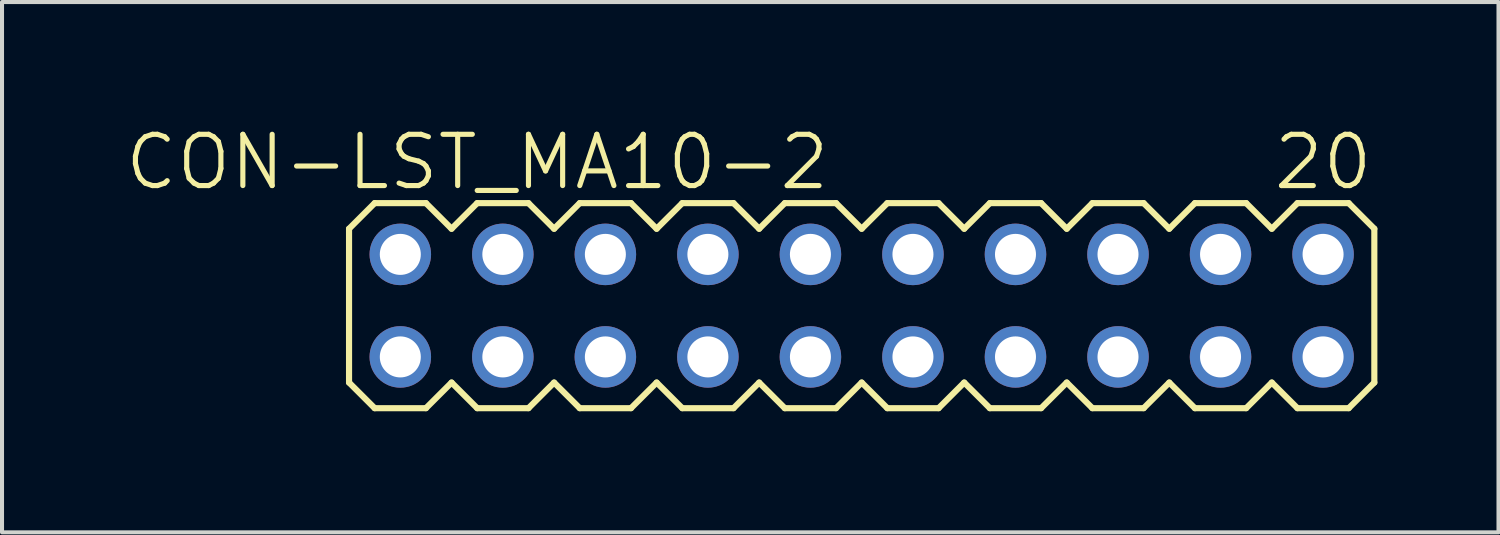
<source format=kicad_pcb>
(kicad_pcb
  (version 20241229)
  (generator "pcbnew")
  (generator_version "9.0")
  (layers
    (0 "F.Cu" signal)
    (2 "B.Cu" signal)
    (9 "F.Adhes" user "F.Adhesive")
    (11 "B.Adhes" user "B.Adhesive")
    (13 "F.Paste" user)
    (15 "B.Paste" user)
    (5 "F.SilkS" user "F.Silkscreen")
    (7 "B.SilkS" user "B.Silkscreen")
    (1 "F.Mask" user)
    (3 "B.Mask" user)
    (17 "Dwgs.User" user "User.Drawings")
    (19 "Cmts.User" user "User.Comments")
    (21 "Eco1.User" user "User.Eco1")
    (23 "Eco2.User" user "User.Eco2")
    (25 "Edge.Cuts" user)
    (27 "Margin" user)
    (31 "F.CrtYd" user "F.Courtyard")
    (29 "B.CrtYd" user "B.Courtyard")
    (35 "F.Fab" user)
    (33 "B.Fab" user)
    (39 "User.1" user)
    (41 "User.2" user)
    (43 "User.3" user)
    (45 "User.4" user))
  (footprint "CON-LST_MA10-2"
    (layer "F.Cu")
    (at 18.297 4.522)
    (property "Reference" "CON-LST_MA10-2" (at -9.525 -3.556 0) (layer "F.SilkS") (effects (font (size 1.27 1.27) (thickness 0.127))))
    (attr exclude_from_pos_files exclude_from_bom)
    (fp_line (start -12.7 -1.905) (end -12.7 1.905) (stroke (width 0.152) (type solid)) (layer "F.SilkS"))
    (fp_line (start -12.7 1.905) (end -12.065 2.54) (stroke (width 0.152) (type solid)) (layer "F.SilkS"))
    (fp_line (start -12.065 -2.54) (end -12.7 -1.905) (stroke (width 0.152) (type solid)) (layer "F.SilkS"))
    (fp_line (start -12.065 -2.54) (end -10.795 -2.54) (stroke (width 0.152) (type solid)) (layer "F.SilkS"))
    (fp_line (start -10.795 -2.54) (end -10.16 -1.905) (stroke (width 0.152) (type solid)) (layer "F.SilkS"))
    (fp_line (start -10.795 2.54) (end -12.065 2.54) (stroke (width 0.152) (type solid)) (layer "F.SilkS"))
    (fp_line (start -10.16 -1.905) (end -9.525 -2.54) (stroke (width 0.152) (type solid)) (layer "F.SilkS"))
    (fp_line (start -10.16 1.905) (end -10.795 2.54) (stroke (width 0.152) (type solid)) (layer "F.SilkS"))
    (fp_line (start -9.525 -2.54) (end -8.255 -2.54) (stroke (width 0.152) (type solid)) (layer "F.SilkS"))
    (fp_line (start -9.525 2.54) (end -10.16 1.905) (stroke (width 0.152) (type solid)) (layer "F.SilkS"))
    (fp_line (start -8.255 -2.54) (end -7.62 -1.905) (stroke (width 0.152) (type solid)) (layer "F.SilkS"))
    (fp_line (start -8.255 2.54) (end -9.525 2.54) (stroke (width 0.152) (type solid)) (layer "F.SilkS"))
    (fp_line (start -7.62 -1.905) (end -6.985 -2.54) (stroke (width 0.152) (type solid)) (layer "F.SilkS"))
    (fp_line (start -7.62 1.905) (end -8.255 2.54) (stroke (width 0.152) (type solid)) (layer "F.SilkS"))
    (fp_line (start -6.985 -2.54) (end -5.715 -2.54) (stroke (width 0.152) (type solid)) (layer "F.SilkS"))
    (fp_line (start -6.985 2.54) (end -7.62 1.905) (stroke (width 0.152) (type solid)) (layer "F.SilkS"))
    (fp_line (start -5.715 -2.54) (end -5.08 -1.905) (stroke (width 0.152) (type solid)) (layer "F.SilkS"))
    (fp_line (start -5.715 2.54) (end -6.985 2.54) (stroke (width 0.152) (type solid)) (layer "F.SilkS"))
    (fp_line (start -5.08 1.905) (end -5.715 2.54) (stroke (width 0.152) (type solid)) (layer "F.SilkS"))
    (fp_line (start -5.08 1.905) (end -4.445 2.54) (stroke (width 0.152) (type solid)) (layer "F.SilkS"))
    (fp_line (start -4.445 -2.54) (end -5.08 -1.905) (stroke (width 0.152) (type solid)) (layer "F.SilkS"))
    (fp_line (start -4.445 -2.54) (end -3.175 -2.54) (stroke (width 0.152) (type solid)) (layer "F.SilkS"))
    (fp_line (start -3.175 -2.54) (end -2.54 -1.905) (stroke (width 0.152) (type solid)) (layer "F.SilkS"))
    (fp_line (start -3.175 2.54) (end -4.445 2.54) (stroke (width 0.152) (type solid)) (layer "F.SilkS"))
    (fp_line (start -2.54 -1.905) (end -1.905 -2.54) (stroke (width 0.152) (type solid)) (layer "F.SilkS"))
    (fp_line (start -2.54 1.905) (end -3.175 2.54) (stroke (width 0.152) (type solid)) (layer "F.SilkS"))
    (fp_line (start -1.905 -2.54) (end -0.635 -2.54) (stroke (width 0.152) (type solid)) (layer "F.SilkS"))
    (fp_line (start -1.905 2.54) (end -2.54 1.905) (stroke (width 0.152) (type solid)) (layer "F.SilkS"))
    (fp_line (start -0.635 -2.54) (end 0 -1.905) (stroke (width 0.152) (type solid)) (layer "F.SilkS"))
    (fp_line (start -0.635 2.54) (end -1.905 2.54) (stroke (width 0.152) (type solid)) (layer "F.SilkS"))
    (fp_line (start 0 -1.905) (end 0.635 -2.54) (stroke (width 0.152) (type solid)) (layer "F.SilkS"))
    (fp_line (start 0 1.905) (end -0.635 2.54) (stroke (width 0.152) (type solid)) (layer "F.SilkS"))
    (fp_line (start 0.635 -2.54) (end 1.905 -2.54) (stroke (width 0.152) (type solid)) (layer "F.SilkS"))
    (fp_line (start 0.635 2.54) (end 0 1.905) (stroke (width 0.152) (type solid)) (layer "F.SilkS"))
    (fp_line (start 1.905 -2.54) (end 2.54 -1.905) (stroke (width 0.152) (type solid)) (layer "F.SilkS"))
    (fp_line (start 1.905 2.54) (end 0.635 2.54) (stroke (width 0.152) (type solid)) (layer "F.SilkS"))
    (fp_line (start 2.54 1.905) (end 1.905 2.54) (stroke (width 0.152) (type solid)) (layer "F.SilkS"))
    (fp_line (start 2.54 1.905) (end 3.175 2.54) (stroke (width 0.152) (type solid)) (layer "F.SilkS"))
    (fp_line (start 3.175 -2.54) (end 2.54 -1.905) (stroke (width 0.152) (type solid)) (layer "F.SilkS"))
    (fp_line (start 3.175 -2.54) (end 4.445 -2.54) (stroke (width 0.152) (type solid)) (layer "F.SilkS"))
    (fp_line (start 4.445 -2.54) (end 5.08 -1.905) (stroke (width 0.152) (type solid)) (layer "F.SilkS"))
    (fp_line (start 4.445 2.54) (end 3.175 2.54) (stroke (width 0.152) (type solid)) (layer "F.SilkS"))
    (fp_line (start 5.08 -1.905) (end 5.715 -2.54) (stroke (width 0.152) (type solid)) (layer "F.SilkS"))
    (fp_line (start 5.08 1.905) (end 4.445 2.54) (stroke (width 0.152) (type solid)) (layer "F.SilkS"))
    (fp_line (start 5.715 -2.54) (end 6.985 -2.54) (stroke (width 0.152) (type solid)) (layer "F.SilkS"))
    (fp_line (start 5.715 2.54) (end 5.08 1.905) (stroke (width 0.152) (type solid)) (layer "F.SilkS"))
    (fp_line (start 5.715 2.54) (end 6.985 2.54) (stroke (width 0.152) (type solid)) (layer "F.SilkS"))
    (fp_line (start 7.62 -1.905) (end 6.985 -2.54) (stroke (width 0.152) (type solid)) (layer "F.SilkS"))
    (fp_line (start 7.62 -1.905) (end 8.255 -2.54) (stroke (width 0.152) (type solid)) (layer "F.SilkS"))
    (fp_line (start 7.62 1.905) (end 6.985 2.54) (stroke (width 0.152) (type solid)) (layer "F.SilkS"))
    (fp_line (start 7.62 1.905) (end 8.255 2.54) (stroke (width 0.152) (type solid)) (layer "F.SilkS"))
    (fp_line (start 8.255 -2.54) (end 9.525 -2.54) (stroke (width 0.152) (type solid)) (layer "F.SilkS"))
    (fp_line (start 8.255 2.54) (end 9.525 2.54) (stroke (width 0.152) (type solid)) (layer "F.SilkS"))
    (fp_line (start 10.16 -1.905) (end 9.525 -2.54) (stroke (width 0.152) (type solid)) (layer "F.SilkS"))
    (fp_line (start 10.16 -1.905) (end 10.795 -2.54) (stroke (width 0.152) (type solid)) (layer "F.SilkS"))
    (fp_line (start 10.16 1.905) (end 9.525 2.54) (stroke (width 0.152) (type solid)) (layer "F.SilkS"))
    (fp_line (start 10.16 1.905) (end 10.795 2.54) (stroke (width 0.152) (type solid)) (layer "F.SilkS"))
    (fp_line (start 10.795 -2.54) (end 12.065 -2.54) (stroke (width 0.152) (type solid)) (layer "F.SilkS"))
    (fp_line (start 10.795 2.54) (end 12.065 2.54) (stroke (width 0.152) (type solid)) (layer "F.SilkS"))
    (fp_line (start 12.065 -2.54) (end 12.7 -1.905) (stroke (width 0.152) (type solid)) (layer "F.SilkS"))
    (fp_line (start 12.7 -1.905) (end 12.7 1.905) (stroke (width 0.152) (type solid)) (layer "F.SilkS"))
    (fp_line (start 12.7 1.905) (end 12.065 2.54) (stroke (width 0.152) (type solid)) (layer "F.SilkS"))
    (fp_line (start -11.684 -1.524) (end -11.176 -1.524) (stroke (width 0.066) (type solid)) (layer "Dwgs.User"))
    (fp_line (start -11.684 -1.016) (end -11.684 -1.524) (stroke (width 0.066) (type solid)) (layer "Dwgs.User"))
    (fp_line (start -11.684 -1.016) (end -11.176 -1.016) (stroke (width 0.066) (type solid)) (layer "Dwgs.User"))
    (fp_line (start -11.684 1.016) (end -11.176 1.016) (stroke (width 0.066) (type solid)) (layer "Dwgs.User"))
    (fp_line (start -11.684 1.524) (end -11.684 1.016) (stroke (width 0.066) (type solid)) (layer "Dwgs.User"))
    (fp_line (start -11.684 1.524) (end -11.176 1.524) (stroke (width 0.066) (type solid)) (layer "Dwgs.User"))
    (fp_line (start -11.176 -1.016) (end -11.176 -1.524) (stroke (width 0.066) (type solid)) (layer "Dwgs.User"))
    (fp_line (start -11.176 1.524) (end -11.176 1.016) (stroke (width 0.066) (type solid)) (layer "Dwgs.User"))
    (fp_line (start -9.144 -1.524) (end -8.636 -1.524) (stroke (width 0.066) (type solid)) (layer "Dwgs.User"))
    (fp_line (start -9.144 -1.016) (end -9.144 -1.524) (stroke (width 0.066) (type solid)) (layer "Dwgs.User"))
    (fp_line (start -9.144 -1.016) (end -8.636 -1.016) (stroke (width 0.066) (type solid)) (layer "Dwgs.User"))
    (fp_line (start -9.144 1.016) (end -8.636 1.016) (stroke (width 0.066) (type solid)) (layer "Dwgs.User"))
    (fp_line (start -9.144 1.524) (end -9.144 1.016) (stroke (width 0.066) (type solid)) (layer "Dwgs.User"))
    (fp_line (start -9.144 1.524) (end -8.636 1.524) (stroke (width 0.066) (type solid)) (layer "Dwgs.User"))
    (fp_line (start -8.636 -1.016) (end -8.636 -1.524) (stroke (width 0.066) (type solid)) (layer "Dwgs.User"))
    (fp_line (start -8.636 1.524) (end -8.636 1.016) (stroke (width 0.066) (type solid)) (layer "Dwgs.User"))
    (fp_line (start -6.604 -1.524) (end -6.096 -1.524) (stroke (width 0.066) (type solid)) (layer "Dwgs.User"))
    (fp_line (start -6.604 -1.016) (end -6.604 -1.524) (stroke (width 0.066) (type solid)) (layer "Dwgs.User"))
    (fp_line (start -6.604 -1.016) (end -6.096 -1.016) (stroke (width 0.066) (type solid)) (layer "Dwgs.User"))
    (fp_line (start -6.604 1.016) (end -6.096 1.016) (stroke (width 0.066) (type solid)) (layer "Dwgs.User"))
    (fp_line (start -6.604 1.524) (end -6.604 1.016) (stroke (width 0.066) (type solid)) (layer "Dwgs.User"))
    (fp_line (start -6.604 1.524) (end -6.096 1.524) (stroke (width 0.066) (type solid)) (layer "Dwgs.User"))
    (fp_line (start -6.096 -1.016) (end -6.096 -1.524) (stroke (width 0.066) (type solid)) (layer "Dwgs.User"))
    (fp_line (start -6.096 1.524) (end -6.096 1.016) (stroke (width 0.066) (type solid)) (layer "Dwgs.User"))
    (fp_line (start -4.064 -1.524) (end -3.556 -1.524) (stroke (width 0.066) (type solid)) (layer "Dwgs.User"))
    (fp_line (start -4.064 -1.016) (end -4.064 -1.524) (stroke (width 0.066) (type solid)) (layer "Dwgs.User"))
    (fp_line (start -4.064 -1.016) (end -3.556 -1.016) (stroke (width 0.066) (type solid)) (layer "Dwgs.User"))
    (fp_line (start -4.064 1.016) (end -3.556 1.016) (stroke (width 0.066) (type solid)) (layer "Dwgs.User"))
    (fp_line (start -4.064 1.524) (end -4.064 1.016) (stroke (width 0.066) (type solid)) (layer "Dwgs.User"))
    (fp_line (start -4.064 1.524) (end -3.556 1.524) (stroke (width 0.066) (type solid)) (layer "Dwgs.User"))
    (fp_line (start -3.556 -1.016) (end -3.556 -1.524) (stroke (width 0.066) (type solid)) (layer "Dwgs.User"))
    (fp_line (start -3.556 1.524) (end -3.556 1.016) (stroke (width 0.066) (type solid)) (layer "Dwgs.User"))
    (fp_line (start -1.524 -1.524) (end -1.016 -1.524) (stroke (width 0.066) (type solid)) (layer "Dwgs.User"))
    (fp_line (start -1.524 -1.016) (end -1.524 -1.524) (stroke (width 0.066) (type solid)) (layer "Dwgs.User"))
    (fp_line (start -1.524 -1.016) (end -1.016 -1.016) (stroke (width 0.066) (type solid)) (layer "Dwgs.User"))
    (fp_line (start -1.524 1.016) (end -1.016 1.016) (stroke (width 0.066) (type solid)) (layer "Dwgs.User"))
    (fp_line (start -1.524 1.524) (end -1.524 1.016) (stroke (width 0.066) (type solid)) (layer "Dwgs.User"))
    (fp_line (start -1.524 1.524) (end -1.016 1.524) (stroke (width 0.066) (type solid)) (layer "Dwgs.User"))
    (fp_line (start -1.016 -1.016) (end -1.016 -1.524) (stroke (width 0.066) (type solid)) (layer "Dwgs.User"))
    (fp_line (start -1.016 1.524) (end -1.016 1.016) (stroke (width 0.066) (type solid)) (layer "Dwgs.User"))
    (fp_line (start 1.016 -1.524) (end 1.524 -1.524) (stroke (width 0.066) (type solid)) (layer "Dwgs.User"))
    (fp_line (start 1.016 -1.016) (end 1.016 -1.524) (stroke (width 0.066) (type solid)) (layer "Dwgs.User"))
    (fp_line (start 1.016 -1.016) (end 1.524 -1.016) (stroke (width 0.066) (type solid)) (layer "Dwgs.User"))
    (fp_line (start 1.016 1.016) (end 1.524 1.016) (stroke (width 0.066) (type solid)) (layer "Dwgs.User"))
    (fp_line (start 1.016 1.524) (end 1.016 1.016) (stroke (width 0.066) (type solid)) (layer "Dwgs.User"))
    (fp_line (start 1.016 1.524) (end 1.524 1.524) (stroke (width 0.066) (type solid)) (layer "Dwgs.User"))
    (fp_line (start 1.524 -1.016) (end 1.524 -1.524) (stroke (width 0.066) (type solid)) (layer "Dwgs.User"))
    (fp_line (start 1.524 1.524) (end 1.524 1.016) (stroke (width 0.066) (type solid)) (layer "Dwgs.User"))
    (fp_line (start 3.556 -1.524) (end 4.064 -1.524) (stroke (width 0.066) (type solid)) (layer "Dwgs.User"))
    (fp_line (start 3.556 -1.016) (end 3.556 -1.524) (stroke (width 0.066) (type solid)) (layer "Dwgs.User"))
    (fp_line (start 3.556 -1.016) (end 4.064 -1.016) (stroke (width 0.066) (type solid)) (layer "Dwgs.User"))
    (fp_line (start 3.556 1.016) (end 4.064 1.016) (stroke (width 0.066) (type solid)) (layer "Dwgs.User"))
    (fp_line (start 3.556 1.524) (end 3.556 1.016) (stroke (width 0.066) (type solid)) (layer "Dwgs.User"))
    (fp_line (start 3.556 1.524) (end 4.064 1.524) (stroke (width 0.066) (type solid)) (layer "Dwgs.User"))
    (fp_line (start 4.064 -1.016) (end 4.064 -1.524) (stroke (width 0.066) (type solid)) (layer "Dwgs.User"))
    (fp_line (start 4.064 1.524) (end 4.064 1.016) (stroke (width 0.066) (type solid)) (layer "Dwgs.User"))
    (fp_line (start 6.096 -1.524) (end 6.604 -1.524) (stroke (width 0.066) (type solid)) (layer "Dwgs.User"))
    (fp_line (start 6.096 -1.016) (end 6.096 -1.524) (stroke (width 0.066) (type solid)) (layer "Dwgs.User"))
    (fp_line (start 6.096 -1.016) (end 6.604 -1.016) (stroke (width 0.066) (type solid)) (layer "Dwgs.User"))
    (fp_line (start 6.096 1.016) (end 6.604 1.016) (stroke (width 0.066) (type solid)) (layer "Dwgs.User"))
    (fp_line (start 6.096 1.524) (end 6.096 1.016) (stroke (width 0.066) (type solid)) (layer "Dwgs.User"))
    (fp_line (start 6.096 1.524) (end 6.604 1.524) (stroke (width 0.066) (type solid)) (layer "Dwgs.User"))
    (fp_line (start 6.604 -1.016) (end 6.604 -1.524) (stroke (width 0.066) (type solid)) (layer "Dwgs.User"))
    (fp_line (start 6.604 1.524) (end 6.604 1.016) (stroke (width 0.066) (type solid)) (layer "Dwgs.User"))
    (fp_line (start 8.636 -1.524) (end 9.144 -1.524) (stroke (width 0.066) (type solid)) (layer "Dwgs.User"))
    (fp_line (start 8.636 -1.016) (end 8.636 -1.524) (stroke (width 0.066) (type solid)) (layer "Dwgs.User"))
    (fp_line (start 8.636 -1.016) (end 9.144 -1.016) (stroke (width 0.066) (type solid)) (layer "Dwgs.User"))
    (fp_line (start 8.636 1.016) (end 9.144 1.016) (stroke (width 0.066) (type solid)) (layer "Dwgs.User"))
    (fp_line (start 8.636 1.524) (end 8.636 1.016) (stroke (width 0.066) (type solid)) (layer "Dwgs.User"))
    (fp_line (start 8.636 1.524) (end 9.144 1.524) (stroke (width 0.066) (type solid)) (layer "Dwgs.User"))
    (fp_line (start 9.144 -1.016) (end 9.144 -1.524) (stroke (width 0.066) (type solid)) (layer "Dwgs.User"))
    (fp_line (start 9.144 1.524) (end 9.144 1.016) (stroke (width 0.066) (type solid)) (layer "Dwgs.User"))
    (fp_line (start 11.176 -1.524) (end 11.684 -1.524) (stroke (width 0.066) (type solid)) (layer "Dwgs.User"))
    (fp_line (start 11.176 -1.016) (end 11.176 -1.524) (stroke (width 0.066) (type solid)) (layer "Dwgs.User"))
    (fp_line (start 11.176 -1.016) (end 11.684 -1.016) (stroke (width 0.066) (type solid)) (layer "Dwgs.User"))
    (fp_line (start 11.176 1.016) (end 11.684 1.016) (stroke (width 0.066) (type solid)) (layer "Dwgs.User"))
    (fp_line (start 11.176 1.524) (end 11.176 1.016) (stroke (width 0.066) (type solid)) (layer "Dwgs.User"))
    (fp_line (start 11.176 1.524) (end 11.684 1.524) (stroke (width 0.066) (type solid)) (layer "Dwgs.User"))
    (fp_line (start 11.684 -1.016) (end 11.684 -1.524) (stroke (width 0.066) (type solid)) (layer "Dwgs.User"))
    (fp_line (start 11.684 1.524) (end 11.684 1.016) (stroke (width 0.066) (type solid)) (layer "Dwgs.User"))
    (fp_text user "20" (at 11.43 -3.556 0) (layer "F.SilkS") (effects (font (size 1.27 1.27) (thickness 0.127))))
    (pad "1" thru_hole circle (at -11.43 1.27) (size 1.524 1.524) (drill 1.016) (layers "*.Cu" "*.Paste" "*.Mask"))
    (pad "2" thru_hole circle (at -11.43 -1.27) (size 1.524 1.524) (drill 1.016) (layers "*.Cu" "*.Paste" "*.Mask"))
    (pad "3" thru_hole circle (at -8.89 1.27) (size 1.524 1.524) (drill 1.016) (layers "*.Cu" "*.Paste" "*.Mask"))
    (pad "4" thru_hole circle (at -8.89 -1.27) (size 1.524 1.524) (drill 1.016) (layers "*.Cu" "*.Paste" "*.Mask"))
    (pad "5" thru_hole circle (at -6.35 1.27) (size 1.524 1.524) (drill 1.016) (layers "*.Cu" "*.Paste" "*.Mask"))
    (pad "6" thru_hole circle (at -6.35 -1.27) (size 1.524 1.524) (drill 1.016) (layers "*.Cu" "*.Paste" "*.Mask"))
    (pad "7" thru_hole circle (at -3.81 1.27) (size 1.524 1.524) (drill 1.016) (layers "*.Cu" "*.Paste" "*.Mask"))
    (pad "8" thru_hole circle (at -3.81 -1.27) (size 1.524 1.524) (drill 1.016) (layers "*.Cu" "*.Paste" "*.Mask"))
    (pad "9" thru_hole circle (at -1.27 1.27) (size 1.524 1.524) (drill 1.016) (layers "*.Cu" "*.Paste" "*.Mask"))
    (pad "10" thru_hole circle (at -1.27 -1.27) (size 1.524 1.524) (drill 1.016) (layers "*.Cu" "*.Paste" "*.Mask"))
    (pad "11" thru_hole circle (at 1.27 1.27) (size 1.524 1.524) (drill 1.016) (layers "*.Cu" "*.Paste" "*.Mask"))
    (pad "12" thru_hole circle (at 1.27 -1.27) (size 1.524 1.524) (drill 1.016) (layers "*.Cu" "*.Paste" "*.Mask"))
    (pad "13" thru_hole circle (at 3.81 1.27) (size 1.524 1.524) (drill 1.016) (layers "*.Cu" "*.Paste" "*.Mask"))
    (pad "14" thru_hole circle (at 3.81 -1.27) (size 1.524 1.524) (drill 1.016) (layers "*.Cu" "*.Paste" "*.Mask"))
    (pad "15" thru_hole circle (at 6.35 1.27) (size 1.524 1.524) (drill 1.016) (layers "*.Cu" "*.Paste" "*.Mask"))
    (pad "16" thru_hole circle (at 6.35 -1.27) (size 1.524 1.524) (drill 1.016) (layers "*.Cu" "*.Paste" "*.Mask"))
    (pad "17" thru_hole circle (at 8.89 1.27) (size 1.524 1.524) (drill 1.016) (layers "*.Cu" "*.Paste" "*.Mask"))
    (pad "18" thru_hole circle (at 8.89 -1.27) (size 1.524 1.524) (drill 1.016) (layers "*.Cu" "*.Paste" "*.Mask"))
    (pad "19" thru_hole circle (at 11.43 1.27) (size 1.524 1.524) (drill 1.016) (layers "*.Cu" "*.Paste" "*.Mask"))
    (pad "20" thru_hole circle (at 11.43 -1.27) (size 1.524 1.524) (drill 1.016) (layers "*.Cu" "*.Paste" "*.Mask")))
  (gr_rect
    (start -3 -3)
    (end 34.073 10.138)
    (stroke (width 0.1) (type default))
    (fill no)
    (layer "Edge.Cuts")))
</source>
